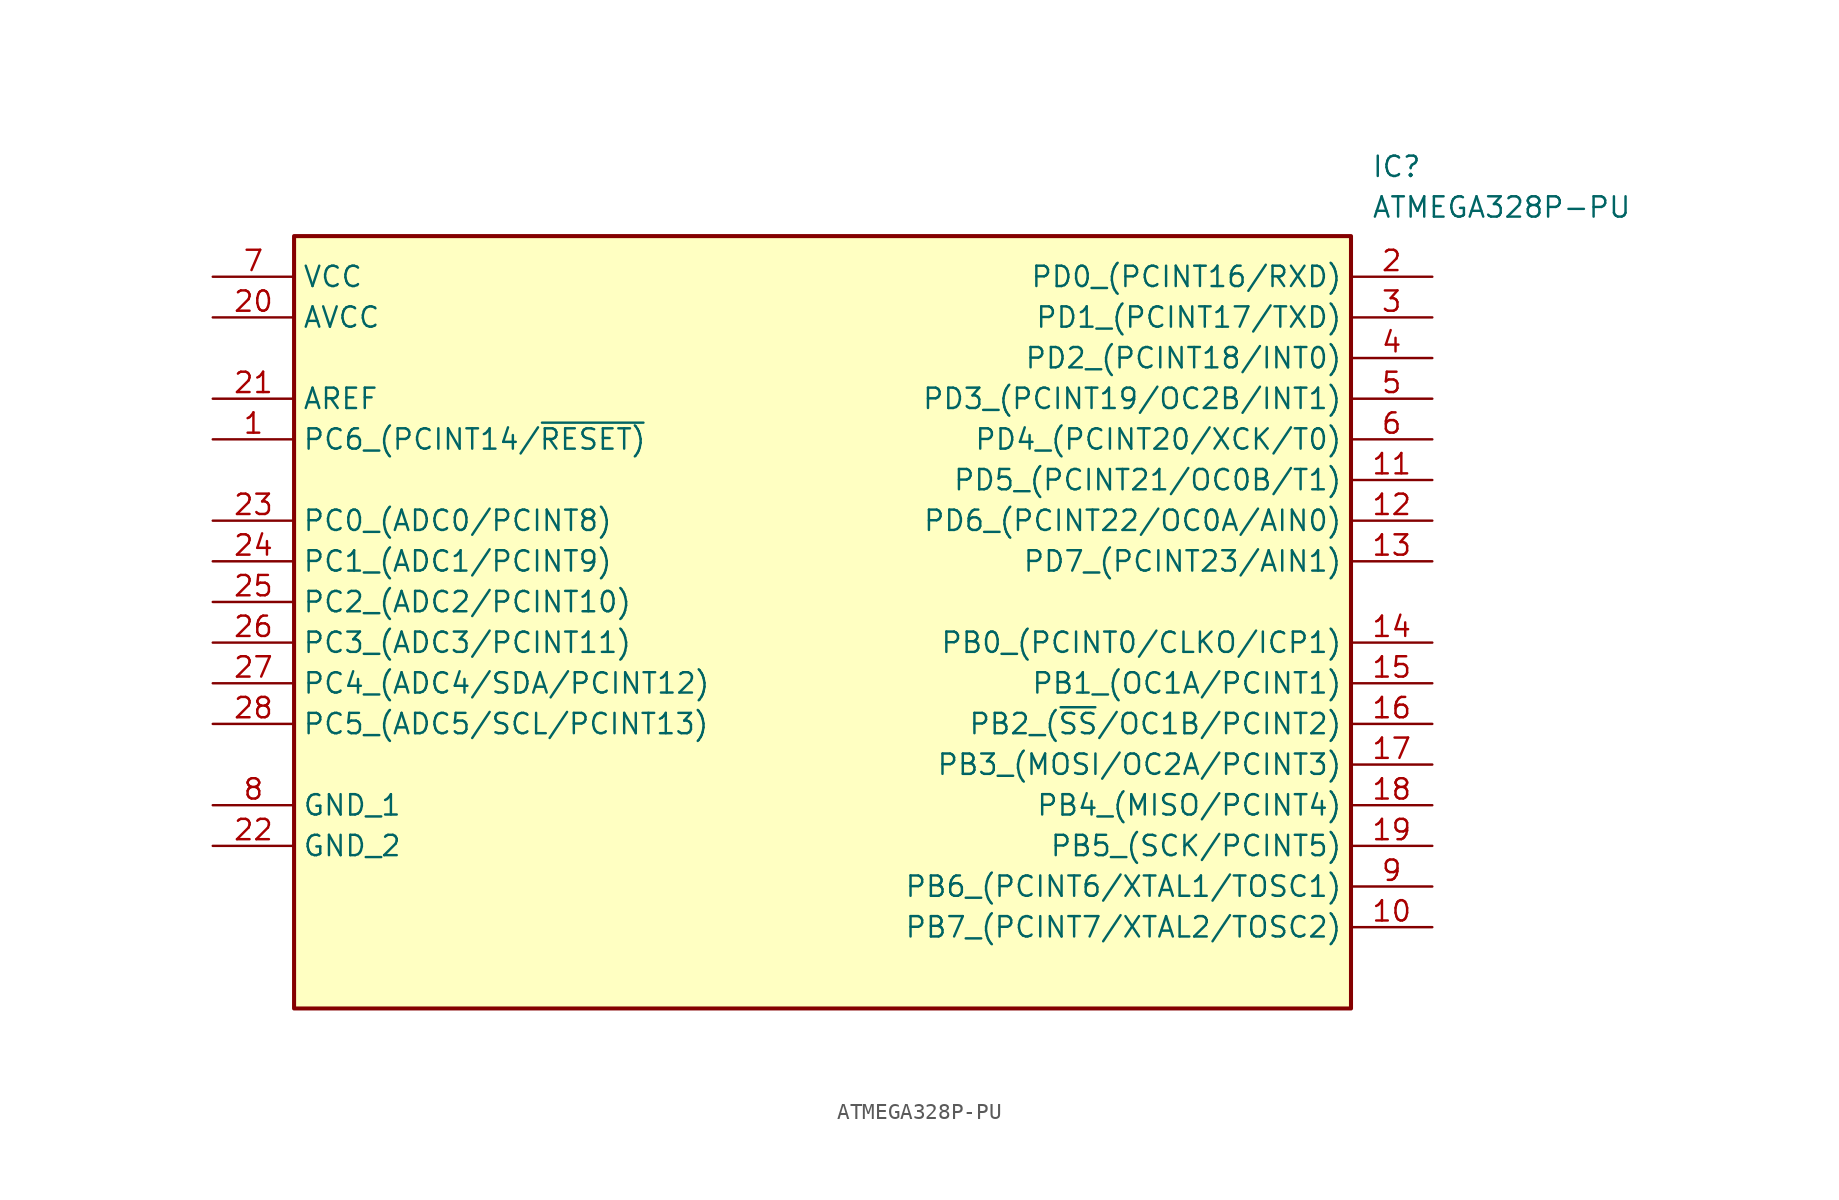
<source format=kicad_sym>
(kicad_symbol_lib
  (version 20211014)
  (generator SamacSys_ECAD_Model)
  (symbol "ATMEGA328P-PU"
    (property "Reference" "IC"
      (at 72.39 7.62 0)
      (effects (font (size 1.27 1.27)) (justify left top)))
    (property "Value" "ATMEGA328P-PU"
      (at 72.39 5.08 0)
      (effects (font (size 1.27 1.27)) (justify left top)))
    (rectangle
      (start 5.08 2.54)
      (end 71.12 -45.72)
      (stroke (width 0.254) (type default))
      (fill (type background)))
    (pin passive line
      (at 0 -10.16 0)
      (length 5.08)
      (name "PC6_(PCINT14/~{RESET)}" (effects (font (size 1.27 1.27))))
      (number "1" (effects (font (size 1.27 1.27)))))
    (pin passive line
      (at 76.2 0 180)
      (length 5.08)
      (name "PD0_(PCINT16/RXD)" (effects (font (size 1.27 1.27))))
      (number "2" (effects (font (size 1.27 1.27)))))
    (pin passive line
      (at 76.2 -2.54 180)
      (length 5.08)
      (name "PD1_(PCINT17/TXD)" (effects (font (size 1.27 1.27))))
      (number "3" (effects (font (size 1.27 1.27)))))
    (pin passive line
      (at 76.2 -5.08 180)
      (length 5.08)
      (name "PD2_(PCINT18/INT0)" (effects (font (size 1.27 1.27))))
      (number "4" (effects (font (size 1.27 1.27)))))
    (pin passive line
      (at 76.2 -7.62 180)
      (length 5.08)
      (name "PD3_(PCINT19/OC2B/INT1)" (effects (font (size 1.27 1.27))))
      (number "5" (effects (font (size 1.27 1.27)))))
    (pin passive line
      (at 76.2 -10.16 180)
      (length 5.08)
      (name "PD4_(PCINT20/XCK/T0)" (effects (font (size 1.27 1.27))))
      (number "6" (effects (font (size 1.27 1.27)))))
    (pin passive line
      (at 0 0 0)
      (length 5.08)
      (name "VCC" (effects (font (size 1.27 1.27))))
      (number "7" (effects (font (size 1.27 1.27)))))
    (pin passive line
      (at 0 -33.02 0)
      (length 5.08)
      (name "GND_1" (effects (font (size 1.27 1.27))))
      (number "8" (effects (font (size 1.27 1.27)))))
    (pin passive line
      (at 76.2 -38.1 180)
      (length 5.08)
      (name "PB6_(PCINT6/XTAL1/TOSC1)" (effects (font (size 1.27 1.27))))
      (number "9" (effects (font (size 1.27 1.27)))))
    (pin passive line
      (at 76.2 -40.64 180)
      (length 5.08)
      (name "PB7_(PCINT7/XTAL2/TOSC2)" (effects (font (size 1.27 1.27))))
      (number "10" (effects (font (size 1.27 1.27)))))
    (pin passive line
      (at 76.2 -12.7 180)
      (length 5.08)
      (name "PD5_(PCINT21/OC0B/T1)" (effects (font (size 1.27 1.27))))
      (number "11" (effects (font (size 1.27 1.27)))))
    (pin passive line
      (at 76.2 -15.24 180)
      (length 5.08)
      (name "PD6_(PCINT22/OC0A/AIN0)" (effects (font (size 1.27 1.27))))
      (number "12" (effects (font (size 1.27 1.27)))))
    (pin passive line
      (at 76.2 -17.78 180)
      (length 5.08)
      (name "PD7_(PCINT23/AIN1)" (effects (font (size 1.27 1.27))))
      (number "13" (effects (font (size 1.27 1.27)))))
    (pin passive line
      (at 76.2 -22.86 180)
      (length 5.08)
      (name "PB0_(PCINT0/CLKO/ICP1)" (effects (font (size 1.27 1.27))))
      (number "14" (effects (font (size 1.27 1.27)))))
    (pin passive line
      (at 76.2 -25.4 180)
      (length 5.08)
      (name "PB1_(OC1A/PCINT1)" (effects (font (size 1.27 1.27))))
      (number "15" (effects (font (size 1.27 1.27)))))
    (pin passive line
      (at 76.2 -27.94 180)
      (length 5.08)
      (name "PB2_(~{SS}/OC1B/PCINT2)" (effects (font (size 1.27 1.27))))
      (number "16" (effects (font (size 1.27 1.27)))))
    (pin passive line
      (at 76.2 -30.48 180)
      (length 5.08)
      (name "PB3_(MOSI/OC2A/PCINT3)" (effects (font (size 1.27 1.27))))
      (number "17" (effects (font (size 1.27 1.27)))))
    (pin passive line
      (at 76.2 -33.02 180)
      (length 5.08)
      (name "PB4_(MISO/PCINT4)" (effects (font (size 1.27 1.27))))
      (number "18" (effects (font (size 1.27 1.27)))))
    (pin passive line
      (at 76.2 -35.56 180)
      (length 5.08)
      (name "PB5_(SCK/PCINT5)" (effects (font (size 1.27 1.27))))
      (number "19" (effects (font (size 1.27 1.27)))))
    (pin passive line
      (at 0 -2.54 0)
      (length 5.08)
      (name "AVCC" (effects (font (size 1.27 1.27))))
      (number "20" (effects (font (size 1.27 1.27)))))
    (pin passive line
      (at 0 -7.62 0)
      (length 5.08)
      (name "AREF" (effects (font (size 1.27 1.27))))
      (number "21" (effects (font (size 1.27 1.27)))))
    (pin passive line
      (at 0 -35.56 0)
      (length 5.08)
      (name "GND_2" (effects (font (size 1.27 1.27))))
      (number "22" (effects (font (size 1.27 1.27)))))
    (pin passive line
      (at 0 -15.24 0)
      (length 5.08)
      (name "PC0_(ADC0/PCINT8)" (effects (font (size 1.27 1.27))))
      (number "23" (effects (font (size 1.27 1.27)))))
    (pin passive line
      (at 0 -17.78 0)
      (length 5.08)
      (name "PC1_(ADC1/PCINT9)" (effects (font (size 1.27 1.27))))
      (number "24" (effects (font (size 1.27 1.27)))))
    (pin passive line
      (at 0 -20.32 0)
      (length 5.08)
      (name "PC2_(ADC2/PCINT10)" (effects (font (size 1.27 1.27))))
      (number "25" (effects (font (size 1.27 1.27)))))
    (pin passive line
      (at 0 -22.86 0)
      (length 5.08)
      (name "PC3_(ADC3/PCINT11)" (effects (font (size 1.27 1.27))))
      (number "26" (effects (font (size 1.27 1.27)))))
    (pin passive line
      (at 0 -25.4 0)
      (length 5.08)
      (name "PC4_(ADC4/SDA/PCINT12)" (effects (font (size 1.27 1.27))))
      (number "27" (effects (font (size 1.27 1.27)))))
    (pin passive line
      (at 0 -27.94 0)
      (length 5.08)
      (name "PC5_(ADC5/SCL/PCINT13)" (effects (font (size 1.27 1.27))))
      (number "28" (effects (font (size 1.27 1.27)))))))
</source>
